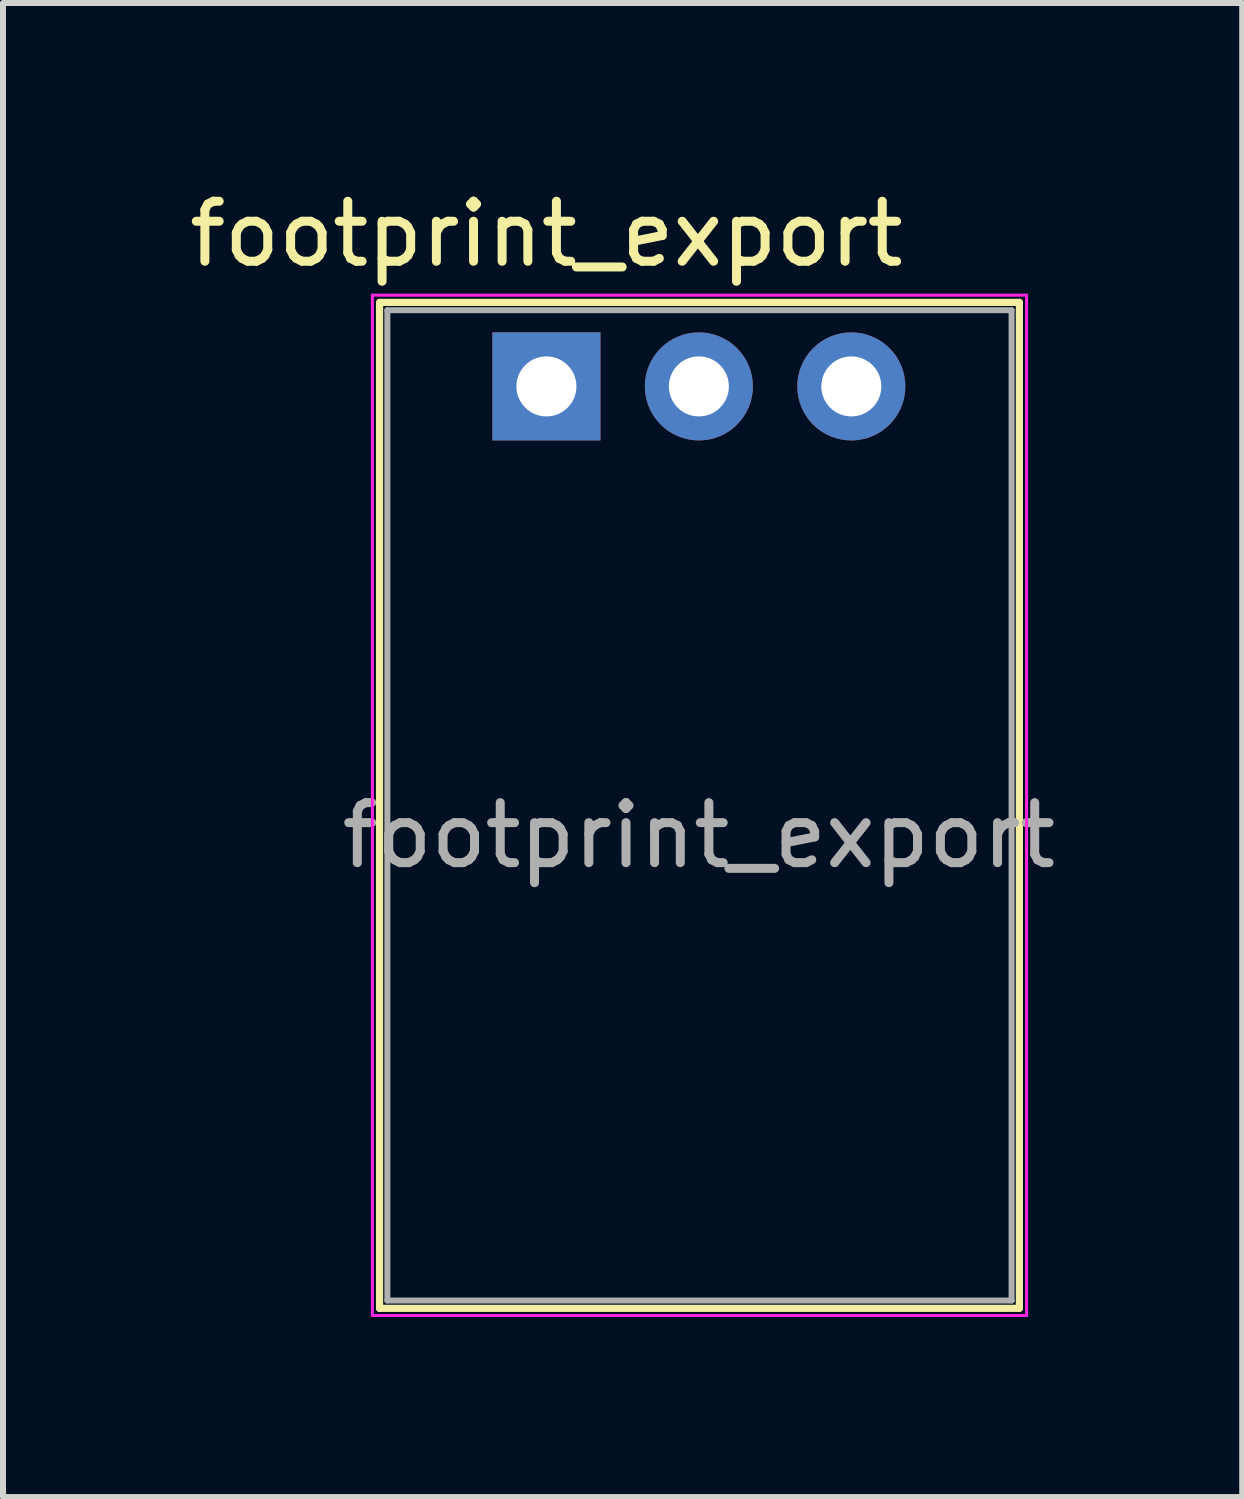
<source format=kicad_pcb>
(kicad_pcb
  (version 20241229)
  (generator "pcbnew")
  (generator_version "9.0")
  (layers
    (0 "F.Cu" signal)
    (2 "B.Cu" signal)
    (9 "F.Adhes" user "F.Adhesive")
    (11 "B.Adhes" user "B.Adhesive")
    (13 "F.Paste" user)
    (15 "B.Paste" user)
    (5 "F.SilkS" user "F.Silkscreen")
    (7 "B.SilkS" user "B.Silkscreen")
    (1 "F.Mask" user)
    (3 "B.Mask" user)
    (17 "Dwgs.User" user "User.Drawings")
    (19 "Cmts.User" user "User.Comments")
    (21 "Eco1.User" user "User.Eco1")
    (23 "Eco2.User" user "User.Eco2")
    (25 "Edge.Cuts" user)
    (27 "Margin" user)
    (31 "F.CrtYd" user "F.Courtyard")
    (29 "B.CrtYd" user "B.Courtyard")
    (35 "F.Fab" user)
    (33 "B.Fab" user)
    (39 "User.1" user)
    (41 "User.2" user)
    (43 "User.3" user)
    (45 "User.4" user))
  (footprint "footprint_export"
    (layer "F.Cu")
    (at 6.054 3.388)
    (property "Reference" "footprint_export" (at 0 -2.54 180) (layer "F.SilkS") (effects (font (size 1 1) (thickness 0.15))))
    (attr through_hole)
    (fp_line (start -2.78 -1.4) (end -2.78 15.36) (stroke (width 0.12) (type solid)) (layer "F.SilkS"))
    (fp_line (start -2.78 15.36) (end 7.88 15.36) (stroke (width 0.12) (type solid)) (layer "F.SilkS"))
    (fp_line (start 7.88 -1.4) (end -2.77 -1.4) (stroke (width 0.12) (type solid)) (layer "F.SilkS"))
    (fp_line (start 7.88 15.36) (end 7.88 -1.4) (stroke (width 0.12) (type solid)) (layer "F.SilkS"))
    (fp_line (start -2.9 -1.52) (end -2.9 15.48) (stroke (width 0.05) (type solid)) (layer "F.CrtYd"))
    (fp_line (start -2.9 15.48) (end 8 15.48) (stroke (width 0.05) (type solid)) (layer "F.CrtYd"))
    (fp_line (start 8 -1.52) (end -2.9 -1.52) (stroke (width 0.05) (type solid)) (layer "F.CrtYd"))
    (fp_line (start 8 15.48) (end 8 -1.52) (stroke (width 0.05) (type solid)) (layer "F.CrtYd"))
    (fp_line (start -2.65 -1.27) (end 7.75 -1.27) (stroke (width 0.1) (type solid)) (layer "F.Fab"))
    (fp_line (start -2.65 15.23) (end -2.65 -1.27) (stroke (width 0.1) (type solid)) (layer "F.Fab"))
    (fp_line (start 7.75 -1.27) (end 7.75 15.23) (stroke (width 0.1) (type solid)) (layer "F.Fab"))
    (fp_line (start 7.75 15.23) (end -2.65 15.23) (stroke (width 0.1) (type solid)) (layer "F.Fab"))
    (fp_text user "${REFERENCE}" (at 2.54 7.48 180) (layer "F.Fab") (effects (font (size 1 1) (thickness 0.15))))
    (pad "1" thru_hole rect (at 0 0 180) (size 1.8 1.8) (drill 1) (layers "*.Cu" "*.Mask"))
    (pad "2" thru_hole circle (at 2.54 0 180) (size 1.8 1.8) (drill 1) (layers "*.Cu" "*.Mask"))
    (pad "3" thru_hole circle (at 5.08 0 180) (size 1.8 1.8) (drill 1) (layers "*.Cu" "*.Mask")))
  (gr_rect
    (start -3 -3)
    (end 17.647 21.893)
    (stroke (width 0.1) (type default))
    (fill no)
    (layer "Edge.Cuts")))
</source>
